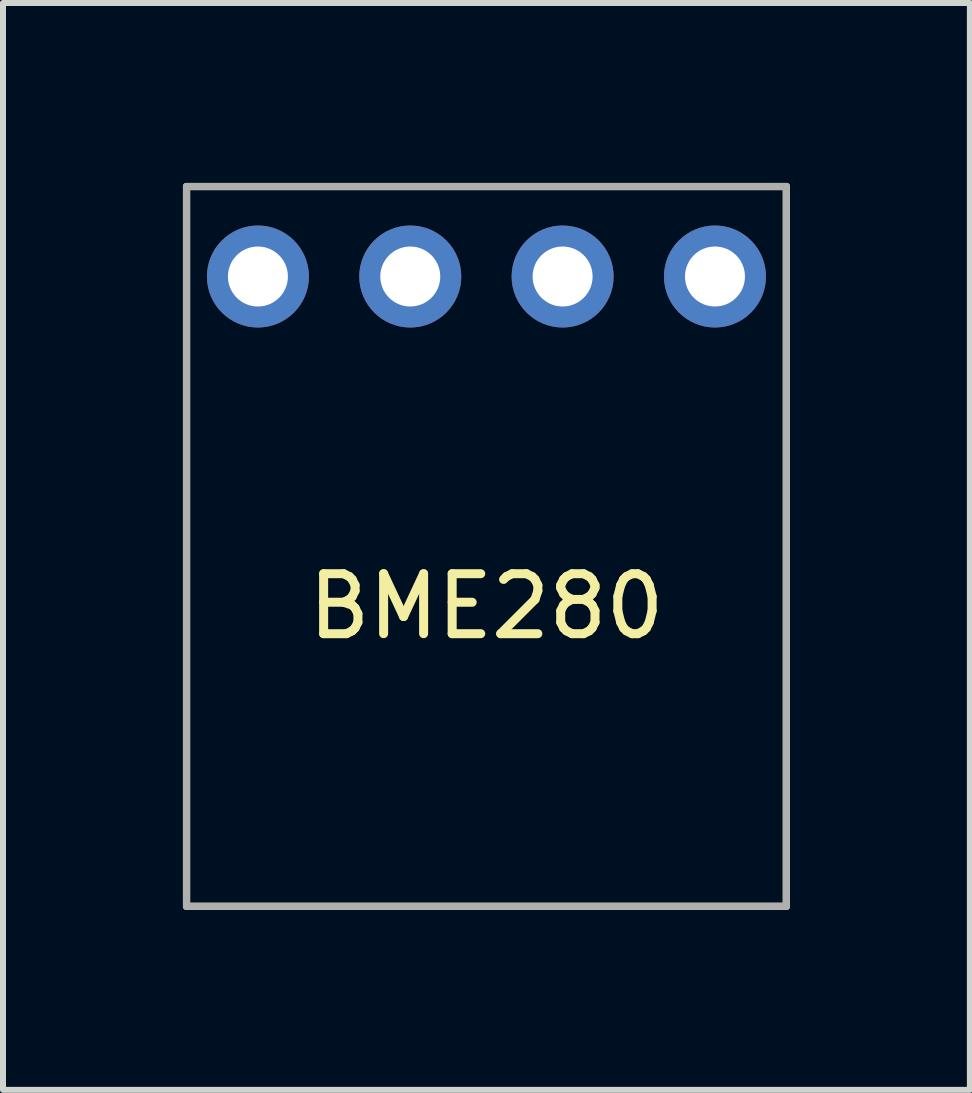
<source format=kicad_pcb>
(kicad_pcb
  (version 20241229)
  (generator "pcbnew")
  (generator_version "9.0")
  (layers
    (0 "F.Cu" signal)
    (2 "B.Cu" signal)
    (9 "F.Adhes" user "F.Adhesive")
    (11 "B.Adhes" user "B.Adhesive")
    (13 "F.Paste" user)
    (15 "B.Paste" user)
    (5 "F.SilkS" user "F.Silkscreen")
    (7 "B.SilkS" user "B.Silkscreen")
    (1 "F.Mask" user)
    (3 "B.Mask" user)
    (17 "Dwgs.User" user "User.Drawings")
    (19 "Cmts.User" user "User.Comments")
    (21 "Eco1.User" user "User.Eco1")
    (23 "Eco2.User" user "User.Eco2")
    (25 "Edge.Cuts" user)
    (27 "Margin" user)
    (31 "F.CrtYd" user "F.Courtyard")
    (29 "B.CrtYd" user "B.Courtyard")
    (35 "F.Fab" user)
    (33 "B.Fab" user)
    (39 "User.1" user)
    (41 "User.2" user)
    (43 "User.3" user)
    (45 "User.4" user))
  (footprint "BME280"
    (layer "F.Cu")
    (at 5.06 6.06)
    (property "Reference" "BME280" (at 0 1 0) (layer "F.SilkS") (effects (font (size 1 1) (thickness 0.15))))
    (attr through_hole)
    (fp_line (start -5 -6) (end 5 -6) (stroke (width 0.12) (type solid)) (layer "F.SilkS"))
    (fp_line (start -5 6) (end -5 -6) (stroke (width 0.12) (type solid)) (layer "F.SilkS"))
    (fp_line (start 5 -6) (end 5 6) (stroke (width 0.12) (type solid)) (layer "F.SilkS"))
    (fp_line (start 5 6) (end -5 6) (stroke (width 0.12) (type solid)) (layer "F.SilkS"))
    (fp_line (start -5 -6) (end 5 -6) (stroke (width 0.12) (type solid)) (layer "F.Fab"))
    (fp_line (start -5 6) (end -5 -6) (stroke (width 0.12) (type solid)) (layer "F.Fab"))
    (fp_line (start 5 -6) (end 5 6) (stroke (width 0.12) (type solid)) (layer "F.Fab"))
    (fp_line (start 5 6) (end -5 6) (stroke (width 0.12) (type solid)) (layer "F.Fab"))
    (pad "1" thru_hole circle (at -3.81 -4.5) (size 1.7 1.7) (drill 1) (layers "*.Cu" "*.Mask"))
    (pad "2" thru_hole circle (at -1.27 -4.5) (size 1.7 1.7) (drill 1) (layers "*.Cu" "*.Mask"))
    (pad "3" thru_hole circle (at 1.27 -4.5) (size 1.7 1.7) (drill 1) (layers "*.Cu" "*.Mask"))
    (pad "4" thru_hole circle (at 3.81 -4.5) (size 1.7 1.7) (drill 1) (layers "*.Cu" "*.Mask")))
  (gr_rect
    (start -3 -3)
    (end 13.12 15.12)
    (stroke (width 0.1) (type default))
    (fill no)
    (layer "Edge.Cuts")))
</source>
